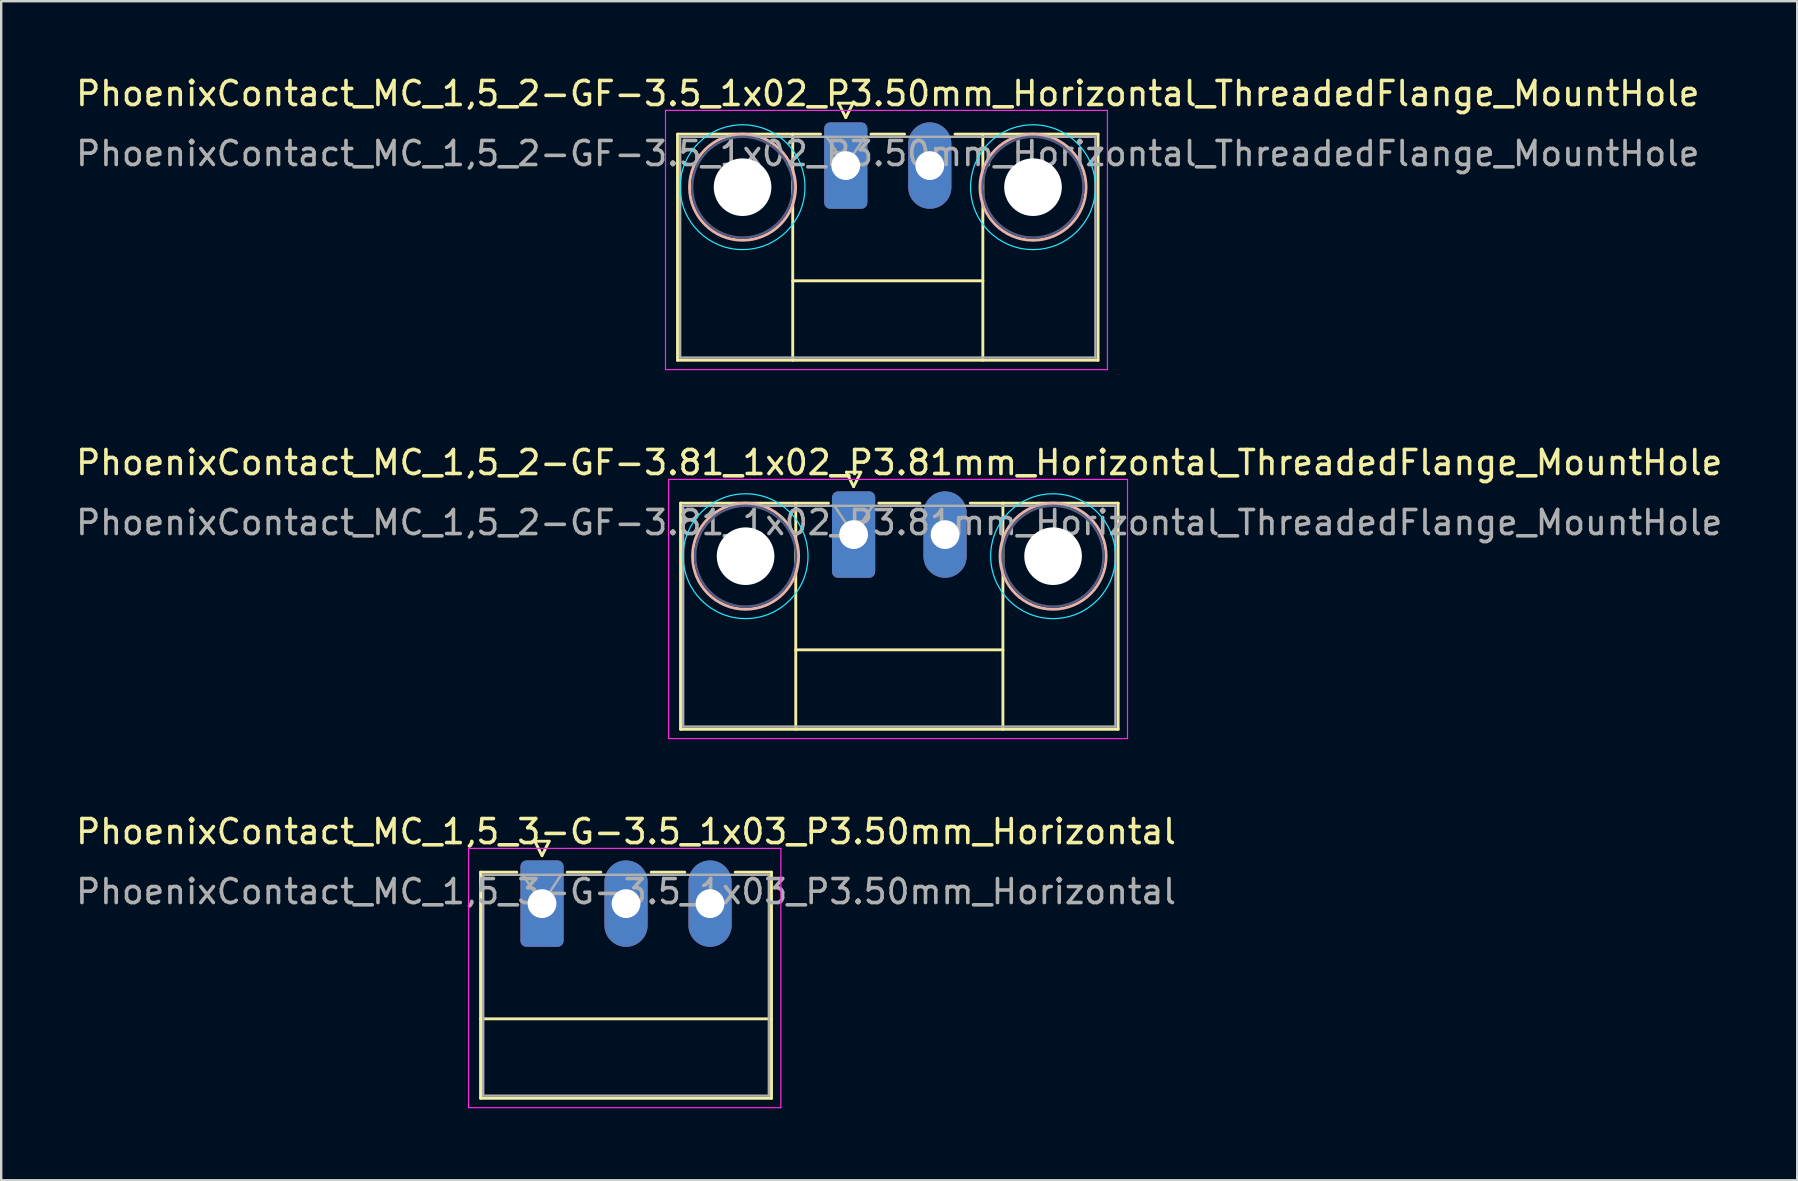
<source format=kicad_pcb>
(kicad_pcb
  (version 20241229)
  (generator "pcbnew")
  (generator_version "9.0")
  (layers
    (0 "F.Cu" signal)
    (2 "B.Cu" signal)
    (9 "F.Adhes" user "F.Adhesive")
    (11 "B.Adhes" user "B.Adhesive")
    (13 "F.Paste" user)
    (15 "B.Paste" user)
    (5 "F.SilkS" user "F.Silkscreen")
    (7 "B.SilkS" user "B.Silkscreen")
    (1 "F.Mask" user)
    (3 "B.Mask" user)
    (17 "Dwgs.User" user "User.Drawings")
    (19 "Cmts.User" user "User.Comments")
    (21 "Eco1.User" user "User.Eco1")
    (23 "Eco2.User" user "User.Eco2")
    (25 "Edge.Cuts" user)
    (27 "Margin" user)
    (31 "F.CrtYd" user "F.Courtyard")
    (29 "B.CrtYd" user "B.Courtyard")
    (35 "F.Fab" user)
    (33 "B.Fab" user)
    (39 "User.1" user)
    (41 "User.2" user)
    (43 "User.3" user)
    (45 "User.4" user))
  (footprint "PhoenixContact_MC_1,5_2-GF-3.81_1x02_P3.81mm_Horizontal_ThreadedFlange_MountHole"
    (layer "F.Cu")
    (at 32.511 19.221)
    (property "Reference" "PhoenixContact_MC_1,5_2-GF-3.81_1x02_P3.81mm_Horizontal_ThreadedFlange_MountHole" (at 1.9 -3 0) (layer "F.SilkS") (effects (font (size 1 1) (thickness 0.15))))
    (attr through_hole)
    (fp_line (start -7.21 -1.31) (end -7.21 8.11) (stroke (width 0.12) (type solid)) (layer "F.SilkS"))
    (fp_line (start -7.21 -1.31) (end -1.05 -1.31) (stroke (width 0.12) (type solid)) (layer "F.SilkS"))
    (fp_line (start -7.21 8.11) (end 11.02 8.11) (stroke (width 0.12) (type solid)) (layer "F.SilkS"))
    (fp_line (start -2.41 -1.31) (end -2.41 8.11) (stroke (width 0.12) (type solid)) (layer "F.SilkS"))
    (fp_line (start -2.41 4.8) (end 6.22 4.8) (stroke (width 0.12) (type solid)) (layer "F.SilkS"))
    (fp_line (start -0.3 -2.6) (end 0.3 -2.6) (stroke (width 0.12) (type solid)) (layer "F.SilkS"))
    (fp_line (start 0 -2) (end -0.3 -2.6) (stroke (width 0.12) (type solid)) (layer "F.SilkS"))
    (fp_line (start 0.3 -2.6) (end 0 -2) (stroke (width 0.12) (type solid)) (layer "F.SilkS"))
    (fp_line (start 1.05 -1.31) (end 2.76 -1.31) (stroke (width 0.12) (type solid)) (layer "F.SilkS"))
    (fp_line (start 6.22 -1.31) (end 6.22 8.11) (stroke (width 0.12) (type solid)) (layer "F.SilkS"))
    (fp_line (start 11.02 -1.31) (end 4.86 -1.31) (stroke (width 0.12) (type solid)) (layer "F.SilkS"))
    (fp_line (start 11.02 8.11) (end 11.02 -1.31) (stroke (width 0.12) (type solid)) (layer "F.SilkS"))
    (fp_circle (center -4.5 0.9) (end -2.29 0.9) (stroke (width 0.12) (type solid)) (fill no) (layer "B.SilkS"))
    (fp_circle (center 8.31 0.9) (end 10.52 0.9) (stroke (width 0.12) (type solid)) (fill no) (layer "B.SilkS"))
    (fp_circle (center -4.5 0.9) (end -1.9 0.9) (stroke (width 0.05) (type solid)) (fill no) (layer "B.CrtYd"))
    (fp_circle (center 8.31 0.9) (end 10.91 0.9) (stroke (width 0.05) (type solid)) (fill no) (layer "B.CrtYd"))
    (fp_line (start -7.71 -2.3) (end -7.71 8.5) (stroke (width 0.05) (type solid)) (layer "F.CrtYd"))
    (fp_line (start -7.71 8.5) (end 11.41 8.5) (stroke (width 0.05) (type solid)) (layer "F.CrtYd"))
    (fp_line (start 11.41 -2.3) (end -7.71 -2.3) (stroke (width 0.05) (type solid)) (layer "F.CrtYd"))
    (fp_line (start 11.41 8.5) (end 11.41 -2.3) (stroke (width 0.05) (type solid)) (layer "F.CrtYd"))
    (fp_circle (center -4.5 0.9) (end -2.4 0.9) (stroke (width 0.1) (type solid)) (fill no) (layer "B.Fab"))
    (fp_circle (center 8.31 0.9) (end 10.41 0.9) (stroke (width 0.1) (type solid)) (fill no) (layer "B.Fab"))
    (fp_line (start -7.1 -1.2) (end -7.1 8) (stroke (width 0.1) (type solid)) (layer "F.Fab"))
    (fp_line (start -7.1 8) (end 10.91 8) (stroke (width 0.1) (type solid)) (layer "F.Fab"))
    (fp_line (start 0 0) (end -0.8 -1.2) (stroke (width 0.1) (type solid)) (layer "F.Fab"))
    (fp_line (start 0.8 -1.2) (end 0 0) (stroke (width 0.1) (type solid)) (layer "F.Fab"))
    (fp_line (start 10.91 -1.2) (end -7.1 -1.2) (stroke (width 0.1) (type solid)) (layer "F.Fab"))
    (fp_line (start 10.91 8) (end 10.91 -1.2) (stroke (width 0.1) (type solid)) (layer "F.Fab"))
    (fp_text user "${REFERENCE}" (at 1.9 -0.5 0) (layer "F.Fab") (effects (font (size 1 1) (thickness 0.15))))
    (pad "" np_thru_hole circle (at -4.5 0.9) (size 2.4 2.4) (drill 2.4) (layers "*.Cu" "*.Mask"))
    (pad "" np_thru_hole circle (at 8.31 0.9) (size 2.4 2.4) (drill 2.4) (layers "*.Cu" "*.Mask"))
    (pad "1" thru_hole roundrect (at 0 0) (size 1.8 3.6) (drill 1.2) (layers "*.Cu" "*.Mask") (roundrect_rratio 0.139))
    (pad "2" thru_hole oval (at 3.81 0) (size 1.8 3.6) (drill 1.2) (layers "*.Cu" "*.Mask")))
  (footprint "PhoenixContact_MC_1,5_3-G-3.5_1x03_P3.50mm_Horizontal"
    (layer "F.Cu")
    (at 19.53 34.595)
    (property "Reference" "PhoenixContact_MC_1,5_3-G-3.5_1x03_P3.50mm_Horizontal" (at 3.5 -3 0) (layer "F.SilkS") (effects (font (size 1 1) (thickness 0.15))))
    (attr through_hole)
    (fp_line (start -2.56 -1.31) (end -2.56 8.11) (stroke (width 0.12) (type solid)) (layer "F.SilkS"))
    (fp_line (start -2.56 -1.31) (end -1.05 -1.31) (stroke (width 0.12) (type solid)) (layer "F.SilkS"))
    (fp_line (start -2.56 4.8) (end 9.56 4.8) (stroke (width 0.12) (type solid)) (layer "F.SilkS"))
    (fp_line (start -2.56 8.11) (end 9.56 8.11) (stroke (width 0.12) (type solid)) (layer "F.SilkS"))
    (fp_line (start -0.3 -2.6) (end 0.3 -2.6) (stroke (width 0.12) (type solid)) (layer "F.SilkS"))
    (fp_line (start 0 -2) (end -0.3 -2.6) (stroke (width 0.12) (type solid)) (layer "F.SilkS"))
    (fp_line (start 0.3 -2.6) (end 0 -2) (stroke (width 0.12) (type solid)) (layer "F.SilkS"))
    (fp_line (start 1.05 -1.31) (end 2.45 -1.31) (stroke (width 0.12) (type solid)) (layer "F.SilkS"))
    (fp_line (start 4.55 -1.31) (end 5.95 -1.31) (stroke (width 0.12) (type solid)) (layer "F.SilkS"))
    (fp_line (start 9.56 -1.31) (end 8.05 -1.31) (stroke (width 0.12) (type solid)) (layer "F.SilkS"))
    (fp_line (start 9.56 8.11) (end 9.56 -1.31) (stroke (width 0.12) (type solid)) (layer "F.SilkS"))
    (fp_line (start -3.06 -2.3) (end -3.06 8.5) (stroke (width 0.05) (type solid)) (layer "F.CrtYd"))
    (fp_line (start -3.06 8.5) (end 9.95 8.5) (stroke (width 0.05) (type solid)) (layer "F.CrtYd"))
    (fp_line (start 9.95 -2.3) (end -3.06 -2.3) (stroke (width 0.05) (type solid)) (layer "F.CrtYd"))
    (fp_line (start 9.95 8.5) (end 9.95 -2.3) (stroke (width 0.05) (type solid)) (layer "F.CrtYd"))
    (fp_line (start -2.45 -1.2) (end -2.45 8) (stroke (width 0.1) (type solid)) (layer "F.Fab"))
    (fp_line (start -2.45 8) (end 9.45 8) (stroke (width 0.1) (type solid)) (layer "F.Fab"))
    (fp_line (start 0 0) (end -0.8 -1.2) (stroke (width 0.1) (type solid)) (layer "F.Fab"))
    (fp_line (start 0.8 -1.2) (end 0 0) (stroke (width 0.1) (type solid)) (layer "F.Fab"))
    (fp_line (start 9.45 -1.2) (end -2.45 -1.2) (stroke (width 0.1) (type solid)) (layer "F.Fab"))
    (fp_line (start 9.45 8) (end 9.45 -1.2) (stroke (width 0.1) (type solid)) (layer "F.Fab"))
    (fp_text user "${REFERENCE}" (at 3.5 -0.5 0) (layer "F.Fab") (effects (font (size 1 1) (thickness 0.15))))
    (pad "1" thru_hole roundrect (at 0 0) (size 1.8 3.6) (drill 1.2) (layers "*.Cu" "*.Mask") (roundrect_rratio 0.139))
    (pad "2" thru_hole oval (at 3.5 0) (size 1.8 3.6) (drill 1.2) (layers "*.Cu" "*.Mask"))
    (pad "3" thru_hole oval (at 7 0) (size 1.8 3.6) (drill 1.2) (layers "*.Cu" "*.Mask")))
  (footprint "PhoenixContact_MC_1,5_2-GF-3.5_1x02_P3.50mm_Horizontal_ThreadedFlange_MountHole"
    (layer "F.Cu")
    (at 32.185 3.848)
    (property "Reference" "PhoenixContact_MC_1,5_2-GF-3.5_1x02_P3.50mm_Horizontal_ThreadedFlange_MountHole" (at 1.75 -3 0) (layer "F.SilkS") (effects (font (size 1 1) (thickness 0.15))))
    (attr through_hole)
    (fp_line (start -7.01 -1.31) (end -7.01 8.11) (stroke (width 0.12) (type solid)) (layer "F.SilkS"))
    (fp_line (start -7.01 -1.31) (end -1.05 -1.31) (stroke (width 0.12) (type solid)) (layer "F.SilkS"))
    (fp_line (start -7.01 8.11) (end 10.51 8.11) (stroke (width 0.12) (type solid)) (layer "F.SilkS"))
    (fp_line (start -2.21 -1.31) (end -2.21 8.11) (stroke (width 0.12) (type solid)) (layer "F.SilkS"))
    (fp_line (start -2.21 4.8) (end 5.71 4.8) (stroke (width 0.12) (type solid)) (layer "F.SilkS"))
    (fp_line (start -0.3 -2.6) (end 0.3 -2.6) (stroke (width 0.12) (type solid)) (layer "F.SilkS"))
    (fp_line (start 0 -2) (end -0.3 -2.6) (stroke (width 0.12) (type solid)) (layer "F.SilkS"))
    (fp_line (start 0.3 -2.6) (end 0 -2) (stroke (width 0.12) (type solid)) (layer "F.SilkS"))
    (fp_line (start 1.05 -1.31) (end 2.45 -1.31) (stroke (width 0.12) (type solid)) (layer "F.SilkS"))
    (fp_line (start 5.71 -1.31) (end 5.71 8.11) (stroke (width 0.12) (type solid)) (layer "F.SilkS"))
    (fp_line (start 10.51 -1.31) (end 4.55 -1.31) (stroke (width 0.12) (type solid)) (layer "F.SilkS"))
    (fp_line (start 10.51 8.11) (end 10.51 -1.31) (stroke (width 0.12) (type solid)) (layer "F.SilkS"))
    (fp_circle (center -4.3 0.9) (end -2.09 0.9) (stroke (width 0.12) (type solid)) (fill no) (layer "B.SilkS"))
    (fp_circle (center 7.8 0.9) (end 10.01 0.9) (stroke (width 0.12) (type solid)) (fill no) (layer "B.SilkS"))
    (fp_circle (center -4.3 0.9) (end -1.7 0.9) (stroke (width 0.05) (type solid)) (fill no) (layer "B.CrtYd"))
    (fp_circle (center 7.8 0.9) (end 10.4 0.9) (stroke (width 0.05) (type solid)) (fill no) (layer "B.CrtYd"))
    (fp_line (start -7.51 -2.3) (end -7.51 8.5) (stroke (width 0.05) (type solid)) (layer "F.CrtYd"))
    (fp_line (start -7.51 8.5) (end 10.9 8.5) (stroke (width 0.05) (type solid)) (layer "F.CrtYd"))
    (fp_line (start 10.9 -2.3) (end -7.51 -2.3) (stroke (width 0.05) (type solid)) (layer "F.CrtYd"))
    (fp_line (start 10.9 8.5) (end 10.9 -2.3) (stroke (width 0.05) (type solid)) (layer "F.CrtYd"))
    (fp_circle (center -4.3 0.9) (end -2.2 0.9) (stroke (width 0.1) (type solid)) (fill no) (layer "B.Fab"))
    (fp_circle (center 7.8 0.9) (end 9.9 0.9) (stroke (width 0.1) (type solid)) (fill no) (layer "B.Fab"))
    (fp_line (start -6.9 -1.2) (end -6.9 8) (stroke (width 0.1) (type solid)) (layer "F.Fab"))
    (fp_line (start -6.9 8) (end 10.4 8) (stroke (width 0.1) (type solid)) (layer "F.Fab"))
    (fp_line (start 0 0) (end -0.8 -1.2) (stroke (width 0.1) (type solid)) (layer "F.Fab"))
    (fp_line (start 0.8 -1.2) (end 0 0) (stroke (width 0.1) (type solid)) (layer "F.Fab"))
    (fp_line (start 10.4 -1.2) (end -6.9 -1.2) (stroke (width 0.1) (type solid)) (layer "F.Fab"))
    (fp_line (start 10.4 8) (end 10.4 -1.2) (stroke (width 0.1) (type solid)) (layer "F.Fab"))
    (fp_text user "${REFERENCE}" (at 1.75 -0.5 0) (layer "F.Fab") (effects (font (size 1 1) (thickness 0.15))))
    (pad "" np_thru_hole circle (at -4.3 0.9) (size 2.4 2.4) (drill 2.4) (layers "*.Cu" "*.Mask"))
    (pad "" np_thru_hole circle (at 7.8 0.9) (size 2.4 2.4) (drill 2.4) (layers "*.Cu" "*.Mask"))
    (pad "1" thru_hole roundrect (at 0 0) (size 1.8 3.6) (drill 1.2) (layers "*.Cu" "*.Mask") (roundrect_rratio 0.139))
    (pad "2" thru_hole oval (at 3.5 0) (size 1.8 3.6) (drill 1.2) (layers "*.Cu" "*.Mask")))
  (gr_rect
    (start -3 -3)
    (end 71.821 46.12)
    (stroke (width 0.1) (type default))
    (fill no)
    (layer "Edge.Cuts")))
</source>
